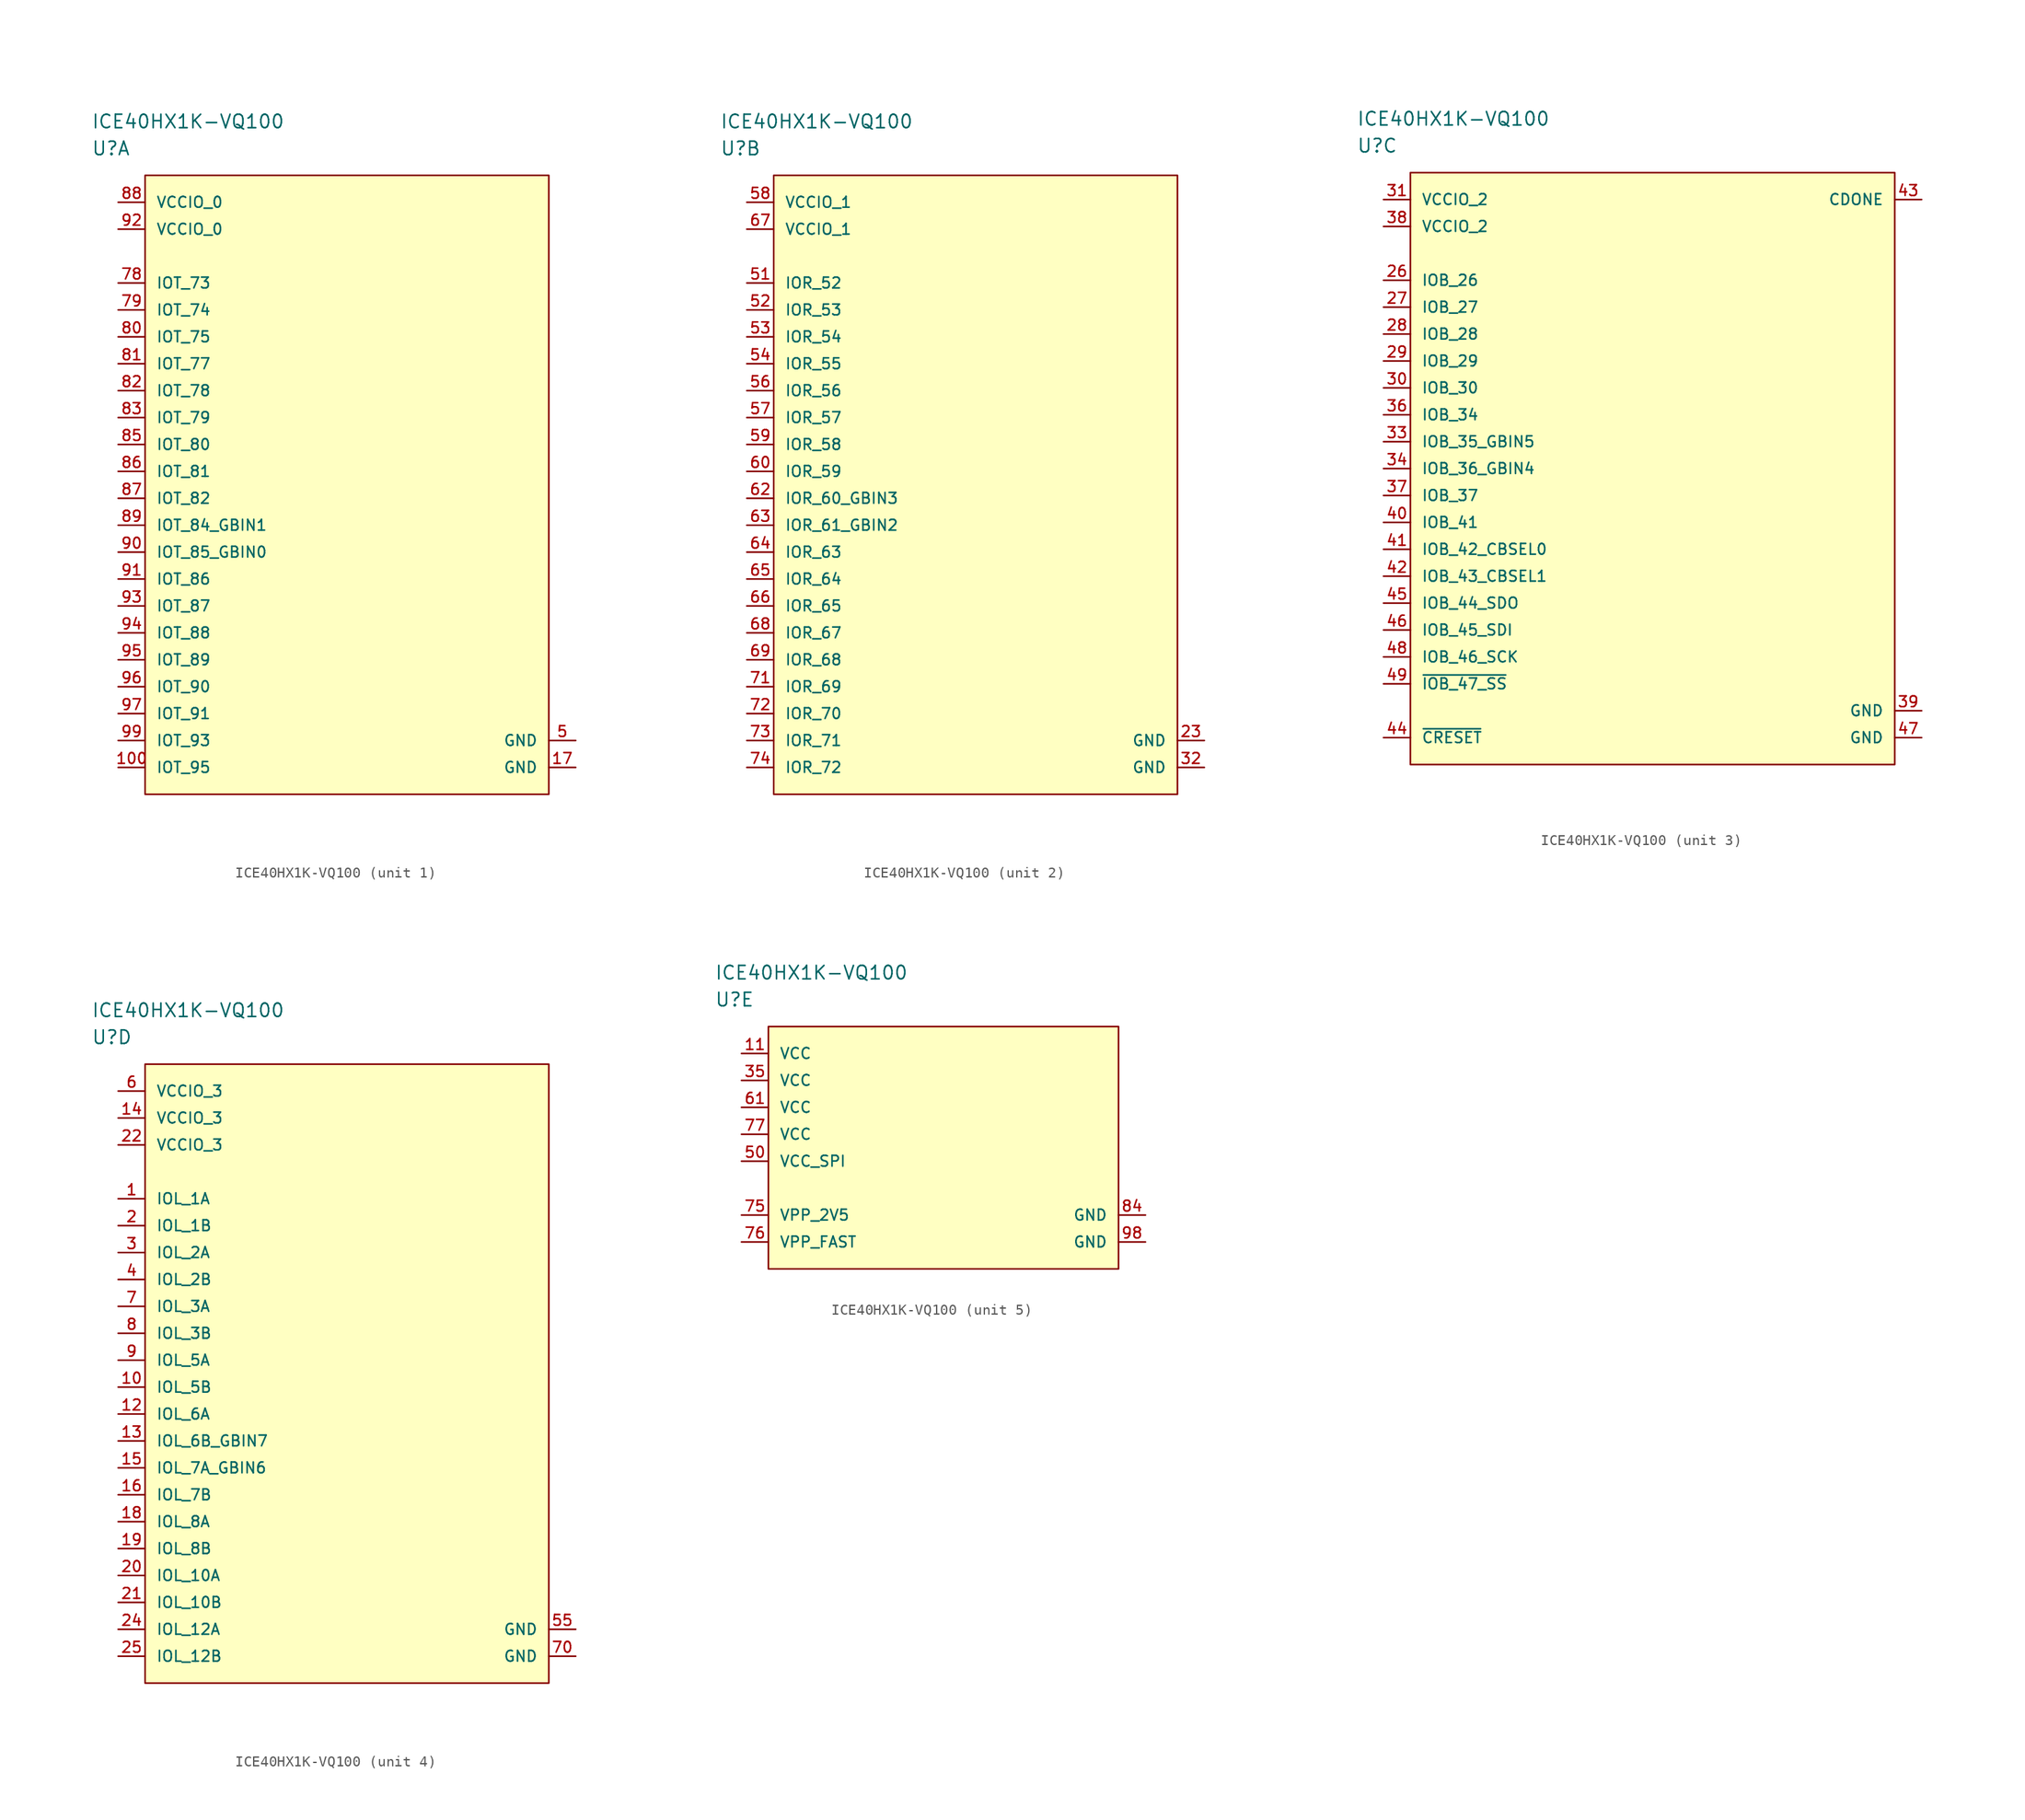
<source format=kicad_sym>
(kicad_symbol_lib
  (version 20220914)
  (generator kicad_symbol_editor)
  (symbol "ICE40HX1K-VQ100"
    (pin_names
      (offset 1.016))
    (property "Reference" "U"
      (at 0 5.08 0)
      (effects (font (size 1.27 1.27)) (justify left)))
    (property "Value" "ICE40HX1K-VQ100"
      (at 0 7.62 0)
      (effects (font (size 1.27 1.27)) (justify left)))
    (property "ki_locked" ""
      (at 0 0 0)
      (effects (font (size 1.27 1.27))))
    (symbol "ICE40HX1K-VQ100_1_1"
      (rectangle (start 5.08 2.54) (end 43.18 -55.88) (stroke (width 0) (type solid)) (fill (type background)))
      (pin bidirectional line (at 2.54 -53.34 0) (length 2.54) (name "IOT_95" (effects (font (size 1.016 1.016)))) (number "100" (effects (font (size 1.016 1.016)))))
      (pin power_in line (at 45.72 -53.34 180) (length 2.54) (name "GND" (effects (font (size 1.016 1.016)))) (number "17" (effects (font (size 1.016 1.016)))))
      (pin power_in line (at 45.72 -50.8 180) (length 2.54) (name "GND" (effects (font (size 1.016 1.016)))) (number "5" (effects (font (size 1.016 1.016)))))
      (pin bidirectional line (at 2.54 -7.62 0) (length 2.54) (name "IOT_73" (effects (font (size 1.016 1.016)))) (number "78" (effects (font (size 1.016 1.016)))))
      (pin bidirectional line (at 2.54 -10.16 0) (length 2.54) (name "IOT_74" (effects (font (size 1.016 1.016)))) (number "79" (effects (font (size 1.016 1.016)))))
      (pin bidirectional line (at 2.54 -12.7 0) (length 2.54) (name "IOT_75" (effects (font (size 1.016 1.016)))) (number "80" (effects (font (size 1.016 1.016)))))
      (pin bidirectional line (at 2.54 -15.24 0) (length 2.54) (name "IOT_77" (effects (font (size 1.016 1.016)))) (number "81" (effects (font (size 1.016 1.016)))))
      (pin bidirectional line (at 2.54 -17.78 0) (length 2.54) (name "IOT_78" (effects (font (size 1.016 1.016)))) (number "82" (effects (font (size 1.016 1.016)))))
      (pin bidirectional line (at 2.54 -20.32 0) (length 2.54) (name "IOT_79" (effects (font (size 1.016 1.016)))) (number "83" (effects (font (size 1.016 1.016)))))
      (pin bidirectional line (at 2.54 -22.86 0) (length 2.54) (name "IOT_80" (effects (font (size 1.016 1.016)))) (number "85" (effects (font (size 1.016 1.016)))))
      (pin bidirectional line (at 2.54 -25.4 0) (length 2.54) (name "IOT_81" (effects (font (size 1.016 1.016)))) (number "86" (effects (font (size 1.016 1.016)))))
      (pin bidirectional line (at 2.54 -27.94 0) (length 2.54) (name "IOT_82" (effects (font (size 1.016 1.016)))) (number "87" (effects (font (size 1.016 1.016)))))
      (pin power_in line (at 2.54 0 0) (length 2.54) (name "VCCIO_0" (effects (font (size 1.016 1.016)))) (number "88" (effects (font (size 1.016 1.016)))))
      (pin bidirectional line (at 2.54 -30.48 0) (length 2.54) (name "IOT_84_GBIN1" (effects (font (size 1.016 1.016)))) (number "89" (effects (font (size 1.016 1.016)))))
      (pin bidirectional line (at 2.54 -33.02 0) (length 2.54) (name "IOT_85_GBIN0" (effects (font (size 1.016 1.016)))) (number "90" (effects (font (size 1.016 1.016)))))
      (pin bidirectional line (at 2.54 -35.56 0) (length 2.54) (name "IOT_86" (effects (font (size 1.016 1.016)))) (number "91" (effects (font (size 1.016 1.016)))))
      (pin power_in line (at 2.54 -2.54 0) (length 2.54) (name "VCCIO_0" (effects (font (size 1.016 1.016)))) (number "92" (effects (font (size 1.016 1.016)))))
      (pin bidirectional line (at 2.54 -38.1 0) (length 2.54) (name "IOT_87" (effects (font (size 1.016 1.016)))) (number "93" (effects (font (size 1.016 1.016)))))
      (pin bidirectional line (at 2.54 -40.64 0) (length 2.54) (name "IOT_88" (effects (font (size 1.016 1.016)))) (number "94" (effects (font (size 1.016 1.016)))))
      (pin bidirectional line (at 2.54 -43.18 0) (length 2.54) (name "IOT_89" (effects (font (size 1.016 1.016)))) (number "95" (effects (font (size 1.016 1.016)))))
      (pin bidirectional line (at 2.54 -45.72 0) (length 2.54) (name "IOT_90" (effects (font (size 1.016 1.016)))) (number "96" (effects (font (size 1.016 1.016)))))
      (pin bidirectional line (at 2.54 -48.26 0) (length 2.54) (name "IOT_91" (effects (font (size 1.016 1.016)))) (number "97" (effects (font (size 1.016 1.016)))))
      (pin bidirectional line (at 2.54 -50.8 0) (length 2.54) (name "IOT_93" (effects (font (size 1.016 1.016)))) (number "99" (effects (font (size 1.016 1.016))))))
    (symbol "ICE40HX1K-VQ100_2_1"
      (rectangle (start 5.08 2.54) (end 43.18 -55.88) (stroke (width 0) (type solid)) (fill (type background)))
      (pin power_in line (at 45.72 -50.8 180) (length 2.54) (name "GND" (effects (font (size 1.016 1.016)))) (number "23" (effects (font (size 1.016 1.016)))))
      (pin power_in line (at 45.72 -53.34 180) (length 2.54) (name "GND" (effects (font (size 1.016 1.016)))) (number "32" (effects (font (size 1.016 1.016)))))
      (pin bidirectional line (at 2.54 -7.62 0) (length 2.54) (name "IOR_52" (effects (font (size 1.016 1.016)))) (number "51" (effects (font (size 1.016 1.016)))))
      (pin bidirectional line (at 2.54 -10.16 0) (length 2.54) (name "IOR_53" (effects (font (size 1.016 1.016)))) (number "52" (effects (font (size 1.016 1.016)))))
      (pin bidirectional line (at 2.54 -12.7 0) (length 2.54) (name "IOR_54" (effects (font (size 1.016 1.016)))) (number "53" (effects (font (size 1.016 1.016)))))
      (pin bidirectional line (at 2.54 -15.24 0) (length 2.54) (name "IOR_55" (effects (font (size 1.016 1.016)))) (number "54" (effects (font (size 1.016 1.016)))))
      (pin bidirectional line (at 2.54 -17.78 0) (length 2.54) (name "IOR_56" (effects (font (size 1.016 1.016)))) (number "56" (effects (font (size 1.016 1.016)))))
      (pin bidirectional line (at 2.54 -20.32 0) (length 2.54) (name "IOR_57" (effects (font (size 1.016 1.016)))) (number "57" (effects (font (size 1.016 1.016)))))
      (pin power_in line (at 2.54 0 0) (length 2.54) (name "VCCIO_1" (effects (font (size 1.016 1.016)))) (number "58" (effects (font (size 1.016 1.016)))))
      (pin bidirectional line (at 2.54 -22.86 0) (length 2.54) (name "IOR_58" (effects (font (size 1.016 1.016)))) (number "59" (effects (font (size 1.016 1.016)))))
      (pin bidirectional line (at 2.54 -25.4 0) (length 2.54) (name "IOR_59" (effects (font (size 1.016 1.016)))) (number "60" (effects (font (size 1.016 1.016)))))
      (pin bidirectional line (at 2.54 -27.94 0) (length 2.54) (name "IOR_60_GBIN3" (effects (font (size 1.016 1.016)))) (number "62" (effects (font (size 1.016 1.016)))))
      (pin bidirectional line (at 2.54 -30.48 0) (length 2.54) (name "IOR_61_GBIN2" (effects (font (size 1.016 1.016)))) (number "63" (effects (font (size 1.016 1.016)))))
      (pin bidirectional line (at 2.54 -33.02 0) (length 2.54) (name "IOR_63" (effects (font (size 1.016 1.016)))) (number "64" (effects (font (size 1.016 1.016)))))
      (pin bidirectional line (at 2.54 -35.56 0) (length 2.54) (name "IOR_64" (effects (font (size 1.016 1.016)))) (number "65" (effects (font (size 1.016 1.016)))))
      (pin bidirectional line (at 2.54 -38.1 0) (length 2.54) (name "IOR_65" (effects (font (size 1.016 1.016)))) (number "66" (effects (font (size 1.016 1.016)))))
      (pin power_in line (at 2.54 -2.54 0) (length 2.54) (name "VCCIO_1" (effects (font (size 1.016 1.016)))) (number "67" (effects (font (size 1.016 1.016)))))
      (pin bidirectional line (at 2.54 -40.64 0) (length 2.54) (name "IOR_67" (effects (font (size 1.016 1.016)))) (number "68" (effects (font (size 1.016 1.016)))))
      (pin bidirectional line (at 2.54 -43.18 0) (length 2.54) (name "IOR_68" (effects (font (size 1.016 1.016)))) (number "69" (effects (font (size 1.016 1.016)))))
      (pin bidirectional line (at 2.54 -45.72 0) (length 2.54) (name "IOR_69" (effects (font (size 1.016 1.016)))) (number "71" (effects (font (size 1.016 1.016)))))
      (pin bidirectional line (at 2.54 -48.26 0) (length 2.54) (name "IOR_70" (effects (font (size 1.016 1.016)))) (number "72" (effects (font (size 1.016 1.016)))))
      (pin bidirectional line (at 2.54 -50.8 0) (length 2.54) (name "IOR_71" (effects (font (size 1.016 1.016)))) (number "73" (effects (font (size 1.016 1.016)))))
      (pin bidirectional line (at 2.54 -53.34 0) (length 2.54) (name "IOR_72" (effects (font (size 1.016 1.016)))) (number "74" (effects (font (size 1.016 1.016))))))
    (symbol "ICE40HX1K-VQ100_3_1"
      (rectangle (start 5.08 2.54) (end 50.8 -53.34) (stroke (width 0) (type solid)) (fill (type background)))
      (pin bidirectional line (at 2.54 -7.62 0) (length 2.54) (name "IOB_26" (effects (font (size 1.016 1.016)))) (number "26" (effects (font (size 1.016 1.016)))))
      (pin bidirectional line (at 2.54 -10.16 0) (length 2.54) (name "IOB_27" (effects (font (size 1.016 1.016)))) (number "27" (effects (font (size 1.016 1.016)))))
      (pin bidirectional line (at 2.54 -12.7 0) (length 2.54) (name "IOB_28" (effects (font (size 1.016 1.016)))) (number "28" (effects (font (size 1.016 1.016)))))
      (pin bidirectional line (at 2.54 -15.24 0) (length 2.54) (name "IOB_29" (effects (font (size 1.016 1.016)))) (number "29" (effects (font (size 1.016 1.016)))))
      (pin bidirectional line (at 2.54 -17.78 0) (length 2.54) (name "IOB_30" (effects (font (size 1.016 1.016)))) (number "30" (effects (font (size 1.016 1.016)))))
      (pin power_in line (at 2.54 0 0) (length 2.54) (name "VCCIO_2" (effects (font (size 1.016 1.016)))) (number "31" (effects (font (size 1.016 1.016)))))
      (pin bidirectional line (at 2.54 -22.86 0) (length 2.54) (name "IOB_35_GBIN5" (effects (font (size 1.016 1.016)))) (number "33" (effects (font (size 1.016 1.016)))))
      (pin bidirectional line (at 2.54 -25.4 0) (length 2.54) (name "IOB_36_GBIN4" (effects (font (size 1.016 1.016)))) (number "34" (effects (font (size 1.016 1.016)))))
      (pin bidirectional line (at 2.54 -20.32 0) (length 2.54) (name "IOB_34" (effects (font (size 1.016 1.016)))) (number "36" (effects (font (size 1.016 1.016)))))
      (pin bidirectional line (at 2.54 -27.94 0) (length 2.54) (name "IOB_37" (effects (font (size 1.016 1.016)))) (number "37" (effects (font (size 1.016 1.016)))))
      (pin power_in line (at 2.54 -2.54 0) (length 2.54) (name "VCCIO_2" (effects (font (size 1.016 1.016)))) (number "38" (effects (font (size 1.016 1.016)))))
      (pin power_in line (at 53.34 -48.26 180) (length 2.54) (name "GND" (effects (font (size 1.016 1.016)))) (number "39" (effects (font (size 1.016 1.016)))))
      (pin bidirectional line (at 2.54 -30.48 0) (length 2.54) (name "IOB_41" (effects (font (size 1.016 1.016)))) (number "40" (effects (font (size 1.016 1.016)))))
      (pin bidirectional line (at 2.54 -33.02 0) (length 2.54) (name "IOB_42_CBSEL0" (effects (font (size 1.016 1.016)))) (number "41" (effects (font (size 1.016 1.016)))))
      (pin bidirectional line (at 2.54 -35.56 0) (length 2.54) (name "IOB_43_CBSEL1" (effects (font (size 1.016 1.016)))) (number "42" (effects (font (size 1.016 1.016)))))
      (pin bidirectional line (at 53.34 0 180) (length 2.54) (name "CDONE" (effects (font (size 1.016 1.016)))) (number "43" (effects (font (size 1.016 1.016)))))
      (pin input line (at 2.54 -50.8 0) (length 2.54) (name "~{CRESET}" (effects (font (size 1.016 1.016)))) (number "44" (effects (font (size 1.016 1.016)))))
      (pin bidirectional line (at 2.54 -38.1 0) (length 2.54) (name "IOB_44_SDO" (effects (font (size 1.016 1.016)))) (number "45" (effects (font (size 1.016 1.016)))))
      (pin bidirectional line (at 2.54 -40.64 0) (length 2.54) (name "IOB_45_SDI" (effects (font (size 1.016 1.016)))) (number "46" (effects (font (size 1.016 1.016)))))
      (pin power_in line (at 53.34 -50.8 180) (length 2.54) (name "GND" (effects (font (size 1.016 1.016)))) (number "47" (effects (font (size 1.016 1.016)))))
      (pin bidirectional line (at 2.54 -43.18 0) (length 2.54) (name "IOB_46_SCK" (effects (font (size 1.016 1.016)))) (number "48" (effects (font (size 1.016 1.016)))))
      (pin bidirectional line (at 2.54 -45.72 0) (length 2.54) (name "~{IOB_47_SS}" (effects (font (size 1.016 1.016)))) (number "49" (effects (font (size 1.016 1.016))))))
    (symbol "ICE40HX1K-VQ100_4_1"
      (rectangle (start 5.08 2.54) (end 43.18 -55.88) (stroke (width 0) (type solid)) (fill (type background)))
      (pin bidirectional line (at 2.54 -10.16 0) (length 2.54) (name "IOL_1A" (effects (font (size 1.016 1.016)))) (number "1" (effects (font (size 1.016 1.016)))))
      (pin bidirectional line (at 2.54 -27.94 0) (length 2.54) (name "IOL_5B" (effects (font (size 1.016 1.016)))) (number "10" (effects (font (size 1.016 1.016)))))
      (pin bidirectional line (at 2.54 -30.48 0) (length 2.54) (name "IOL_6A" (effects (font (size 1.016 1.016)))) (number "12" (effects (font (size 1.016 1.016)))))
      (pin bidirectional line (at 2.54 -33.02 0) (length 2.54) (name "IOL_6B_GBIN7" (effects (font (size 1.016 1.016)))) (number "13" (effects (font (size 1.016 1.016)))))
      (pin power_in line (at 2.54 -2.54 0) (length 2.54) (name "VCCIO_3" (effects (font (size 1.016 1.016)))) (number "14" (effects (font (size 1.016 1.016)))))
      (pin bidirectional line (at 2.54 -35.56 0) (length 2.54) (name "IOL_7A_GBIN6" (effects (font (size 1.016 1.016)))) (number "15" (effects (font (size 1.016 1.016)))))
      (pin bidirectional line (at 2.54 -38.1 0) (length 2.54) (name "IOL_7B" (effects (font (size 1.016 1.016)))) (number "16" (effects (font (size 1.016 1.016)))))
      (pin bidirectional line (at 2.54 -40.64 0) (length 2.54) (name "IOL_8A" (effects (font (size 1.016 1.016)))) (number "18" (effects (font (size 1.016 1.016)))))
      (pin bidirectional line (at 2.54 -43.18 0) (length 2.54) (name "IOL_8B" (effects (font (size 1.016 1.016)))) (number "19" (effects (font (size 1.016 1.016)))))
      (pin bidirectional line (at 2.54 -12.7 0) (length 2.54) (name "IOL_1B" (effects (font (size 1.016 1.016)))) (number "2" (effects (font (size 1.016 1.016)))))
      (pin bidirectional line (at 2.54 -45.72 0) (length 2.54) (name "IOL_10A" (effects (font (size 1.016 1.016)))) (number "20" (effects (font (size 1.016 1.016)))))
      (pin bidirectional line (at 2.54 -48.26 0) (length 2.54) (name "IOL_10B" (effects (font (size 1.016 1.016)))) (number "21" (effects (font (size 1.016 1.016)))))
      (pin power_in line (at 2.54 -5.08 0) (length 2.54) (name "VCCIO_3" (effects (font (size 1.016 1.016)))) (number "22" (effects (font (size 1.016 1.016)))))
      (pin bidirectional line (at 2.54 -50.8 0) (length 2.54) (name "IOL_12A" (effects (font (size 1.016 1.016)))) (number "24" (effects (font (size 1.016 1.016)))))
      (pin bidirectional line (at 2.54 -53.34 0) (length 2.54) (name "IOL_12B" (effects (font (size 1.016 1.016)))) (number "25" (effects (font (size 1.016 1.016)))))
      (pin bidirectional line (at 2.54 -15.24 0) (length 2.54) (name "IOL_2A" (effects (font (size 1.016 1.016)))) (number "3" (effects (font (size 1.016 1.016)))))
      (pin bidirectional line (at 2.54 -17.78 0) (length 2.54) (name "IOL_2B" (effects (font (size 1.016 1.016)))) (number "4" (effects (font (size 1.016 1.016)))))
      (pin power_in line (at 45.72 -50.8 180) (length 2.54) (name "GND" (effects (font (size 1.016 1.016)))) (number "55" (effects (font (size 1.016 1.016)))))
      (pin power_in line (at 2.54 0 0) (length 2.54) (name "VCCIO_3" (effects (font (size 1.016 1.016)))) (number "6" (effects (font (size 1.016 1.016)))))
      (pin bidirectional line (at 2.54 -20.32 0) (length 2.54) (name "IOL_3A" (effects (font (size 1.016 1.016)))) (number "7" (effects (font (size 1.016 1.016)))))
      (pin power_in line (at 45.72 -53.34 180) (length 2.54) (name "GND" (effects (font (size 1.016 1.016)))) (number "70" (effects (font (size 1.016 1.016)))))
      (pin bidirectional line (at 2.54 -22.86 0) (length 2.54) (name "IOL_3B" (effects (font (size 1.016 1.016)))) (number "8" (effects (font (size 1.016 1.016)))))
      (pin bidirectional line (at 2.54 -25.4 0) (length 2.54) (name "IOL_5A" (effects (font (size 1.016 1.016)))) (number "9" (effects (font (size 1.016 1.016))))))
    (symbol "ICE40HX1K-VQ100_5_1"
      (rectangle (start 5.08 2.54) (end 38.1 -20.32) (stroke (width 0) (type solid)) (fill (type background)))
      (pin power_in line (at 2.54 0 0) (length 2.54) (name "VCC" (effects (font (size 1.016 1.016)))) (number "11" (effects (font (size 1.016 1.016)))))
      (pin power_in line (at 2.54 -2.54 0) (length 2.54) (name "VCC" (effects (font (size 1.016 1.016)))) (number "35" (effects (font (size 1.016 1.016)))))
      (pin power_in line (at 2.54 -10.16 0) (length 2.54) (name "VCC_SPI" (effects (font (size 1.016 1.016)))) (number "50" (effects (font (size 1.016 1.016)))))
      (pin power_in line (at 2.54 -5.08 0) (length 2.54) (name "VCC" (effects (font (size 1.016 1.016)))) (number "61" (effects (font (size 1.016 1.016)))))
      (pin power_in line (at 2.54 -15.24 0) (length 2.54) (name "VPP_2V5" (effects (font (size 1.016 1.016)))) (number "75" (effects (font (size 1.016 1.016)))))
      (pin power_in line (at 2.54 -17.78 0) (length 2.54) (name "VPP_FAST" (effects (font (size 1.016 1.016)))) (number "76" (effects (font (size 1.016 1.016)))))
      (pin power_in line (at 2.54 -7.62 0) (length 2.54) (name "VCC" (effects (font (size 1.016 1.016)))) (number "77" (effects (font (size 1.016 1.016)))))
      (pin power_in line (at 40.64 -15.24 180) (length 2.54) (name "GND" (effects (font (size 1.016 1.016)))) (number "84" (effects (font (size 1.016 1.016)))))
      (pin power_in line (at 40.64 -17.78 180) (length 2.54) (name "GND" (effects (font (size 1.016 1.016)))) (number "98" (effects (font (size 1.016 1.016))))))))
</source>
